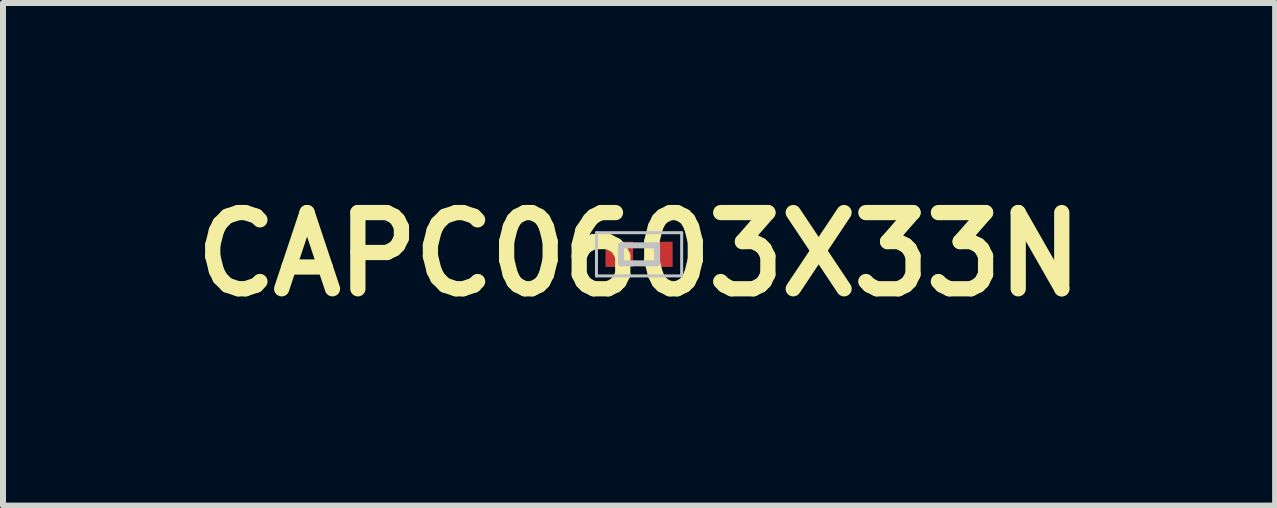
<source format=kicad_pcb>
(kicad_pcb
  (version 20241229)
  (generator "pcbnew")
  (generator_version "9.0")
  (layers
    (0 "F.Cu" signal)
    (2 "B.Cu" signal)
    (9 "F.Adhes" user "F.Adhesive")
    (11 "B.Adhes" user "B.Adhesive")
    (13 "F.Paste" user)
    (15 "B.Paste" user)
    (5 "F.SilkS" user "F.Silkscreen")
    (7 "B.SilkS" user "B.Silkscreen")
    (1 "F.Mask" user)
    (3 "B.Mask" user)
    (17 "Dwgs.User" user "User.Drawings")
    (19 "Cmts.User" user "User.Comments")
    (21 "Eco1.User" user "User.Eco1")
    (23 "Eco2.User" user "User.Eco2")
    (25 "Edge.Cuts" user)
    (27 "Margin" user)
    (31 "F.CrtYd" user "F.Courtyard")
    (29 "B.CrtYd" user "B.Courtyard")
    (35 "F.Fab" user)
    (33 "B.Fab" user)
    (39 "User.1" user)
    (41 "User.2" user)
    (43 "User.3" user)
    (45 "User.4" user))
  (footprint "CAPC0603X33N"
    (layer "F.Cu")
    (at 7.602 1.189)
    (property "Reference" "CAPC0603X33N" (at 0 0 0) (layer "F.SilkS") (effects (font (size 1.27 1.27) (thickness 0.254))))
    (attr smd)
    (fp_line (start -0.71 -0.36) (end 0.71 -0.36) (stroke (width 0.05) (type solid)) (layer "Dwgs.User"))
    (fp_line (start -0.71 0.36) (end -0.71 -0.36) (stroke (width 0.05) (type solid)) (layer "Dwgs.User"))
    (fp_line (start -0.3 -0.15) (end 0.3 -0.15) (stroke (width 0.1) (type solid)) (layer "Dwgs.User"))
    (fp_line (start -0.3 0.15) (end -0.3 -0.15) (stroke (width 0.1) (type solid)) (layer "Dwgs.User"))
    (fp_line (start 0.3 -0.15) (end 0.3 0.15) (stroke (width 0.1) (type solid)) (layer "Dwgs.User"))
    (fp_line (start 0.3 0.15) (end -0.3 0.15) (stroke (width 0.1) (type solid)) (layer "Dwgs.User"))
    (fp_line (start 0.71 -0.36) (end 0.71 0.36) (stroke (width 0.05) (type solid)) (layer "Dwgs.User"))
    (fp_line (start 0.71 0.36) (end -0.71 0.36) (stroke (width 0.05) (type solid)) (layer "Dwgs.User"))
    (pad "1" smd rect (at -0.33 0 90) (size 0.42 0.46) (layers "F.Cu" "F.Mask" "F.Paste"))
    (pad "2" smd rect (at 0.33 0 90) (size 0.42 0.46) (layers "F.Cu" "F.Mask" "F.Paste")))
  (gr_rect
    (start -3 -3)
    (end 18.204 5.377)
    (stroke (width 0.1) (type default))
    (fill no)
    (layer "Edge.Cuts")))
</source>
